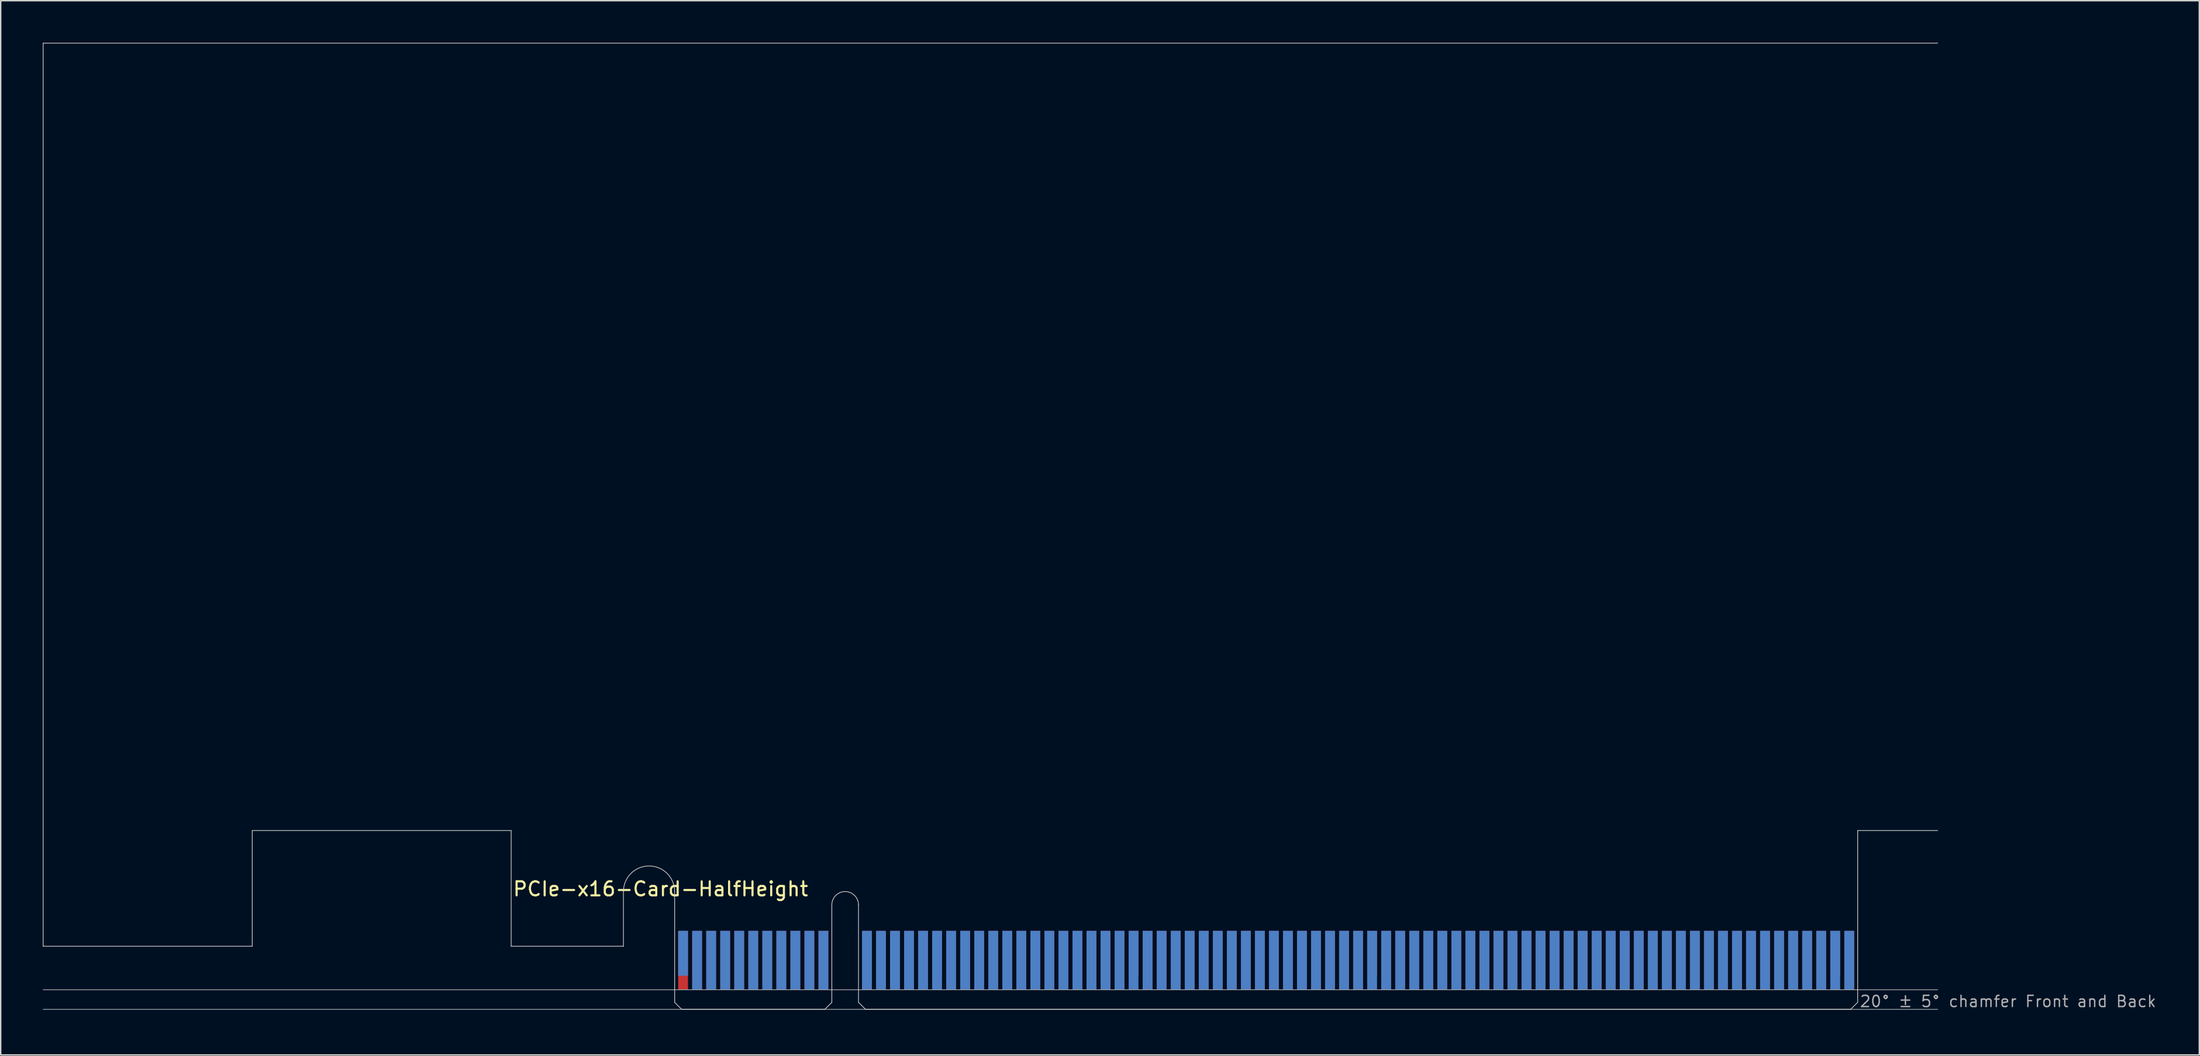
<source format=kicad_pcb>
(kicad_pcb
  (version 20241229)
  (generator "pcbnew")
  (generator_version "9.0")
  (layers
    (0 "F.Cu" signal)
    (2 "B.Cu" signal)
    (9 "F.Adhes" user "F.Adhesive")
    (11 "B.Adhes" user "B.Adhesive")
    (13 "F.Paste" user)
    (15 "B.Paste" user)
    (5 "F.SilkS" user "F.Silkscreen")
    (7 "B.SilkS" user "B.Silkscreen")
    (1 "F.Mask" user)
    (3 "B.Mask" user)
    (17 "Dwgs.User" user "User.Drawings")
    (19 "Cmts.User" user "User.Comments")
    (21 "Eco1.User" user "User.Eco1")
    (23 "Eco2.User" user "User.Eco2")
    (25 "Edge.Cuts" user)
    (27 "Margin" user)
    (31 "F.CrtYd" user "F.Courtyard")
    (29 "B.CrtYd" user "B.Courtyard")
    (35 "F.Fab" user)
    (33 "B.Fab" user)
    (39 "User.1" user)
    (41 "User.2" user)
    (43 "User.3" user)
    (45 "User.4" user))
  (footprint "PCIe-x16-Card-HalfHeight"
    (layer "F.Cu")
    (at 45.025 68.925)
    (property "Reference" "PCIe-x16-Card-HalfHeight" (at -11.6 -8 0) (layer "F.SilkS") (effects (font (size 1 1) (thickness 0.15)) (justify left bottom)))
    (attr exclude_from_pos_files exclude_from_bom)
    (fp_poly (pts (xy -3.65 -4.5) (xy -11.65 -4.5) (xy -11.65 -7.95) (xy -3.65 -7.95)) (stroke (width 0.1) (type solid)) (fill yes) (layer "F.Mask"))
    (fp_poly (pts (xy 11.2 -5.45) (xy 0 -5.45) (xy 0 0) (xy 11.2 0)) (stroke (width 0.1) (type solid)) (fill yes) (layer "F.Mask"))
    (fp_poly (pts (xy 84.3 -5.45) (xy 13.1 -5.45) (xy 13.1 0) (xy 84.3 0)) (stroke (width 0.1) (type solid)) (fill yes) (layer "F.Mask"))
    (fp_poly (pts (xy -3.65 -7.95) (xy -11.65 -7.95) (xy -11.65 -4.5) (xy -3.65 -4.5)) (stroke (width 0.1) (type solid)) (fill yes) (layer "B.Mask"))
    (fp_poly (pts (xy 11.2 0) (xy 0 0) (xy 0 -5.45) (xy 11.2 -5.45)) (stroke (width 0.1) (type solid)) (fill yes) (layer "B.Mask"))
    (fp_poly (pts (xy 84.3 -5.45) (xy 13.1 -5.45) (xy 13.1 0) (xy 84.3 0)) (stroke (width 0.1) (type solid)) (fill yes) (layer "B.Mask"))
    (fp_line (start -45 -68.9) (end 90 -68.9) (stroke (width 0.05) (type solid)) (layer "Edge.Cuts"))
    (fp_line (start -45 -4.5) (end -45 -68.9) (stroke (width 0.05) (type solid)) (layer "Edge.Cuts"))
    (fp_line (start -30.1 -12.75) (end -30.1 -4.5) (stroke (width 0.05) (type solid)) (layer "Edge.Cuts"))
    (fp_line (start -30.1 -4.5) (end -45 -4.5) (stroke (width 0.05) (type solid)) (layer "Edge.Cuts"))
    (fp_line (start -11.65 -12.75) (end -30.1 -12.75) (stroke (width 0.05) (type solid)) (layer "Edge.Cuts"))
    (fp_line (start -11.65 -4.5) (end -11.65 -12.75) (stroke (width 0.05) (type solid)) (layer "Edge.Cuts"))
    (fp_line (start -3.65 -4.5) (end -11.65 -4.5) (stroke (width 0.05) (type solid)) (layer "Edge.Cuts"))
    (fp_line (start -3.65 -4.5) (end -3.65 -8.4) (stroke (width 0.05) (type solid)) (layer "Edge.Cuts"))
    (fp_line (start 0 -0.5) (end 0 -8.4) (stroke (width 0.05) (type solid)) (layer "Edge.Cuts"))
    (fp_line (start 0.5 0) (end 0 -0.5) (stroke (width 0.05) (type solid)) (layer "Edge.Cuts"))
    (fp_line (start 0.5 0) (end 10.7 0) (stroke (width 0.05) (type solid)) (layer "Edge.Cuts"))
    (fp_line (start 10.7 0) (end 11.2 -0.5) (stroke (width 0.05) (type solid)) (layer "Edge.Cuts"))
    (fp_line (start 11.2 -0.5) (end 11.2 -7.45) (stroke (width 0.05) (type solid)) (layer "Edge.Cuts"))
    (fp_line (start 13.1 -0.5) (end 13.1 -7.45) (stroke (width 0.05) (type solid)) (layer "Edge.Cuts"))
    (fp_line (start 13.6 0) (end 13.1 -0.5) (stroke (width 0.05) (type solid)) (layer "Edge.Cuts"))
    (fp_line (start 83.8 0) (end 13.6 0) (stroke (width 0.05) (type solid)) (layer "Edge.Cuts"))
    (fp_line (start 83.8 0) (end 84.3 -0.5) (stroke (width 0.05) (type solid)) (layer "Edge.Cuts"))
    (fp_line (start 84.3 -12.75) (end 90 -12.75) (stroke (width 0.05) (type solid)) (layer "Edge.Cuts"))
    (fp_line (start 84.3 -0.5) (end 84.3 -12.75) (stroke (width 0.05) (type solid)) (layer "Edge.Cuts"))
    (fp_arc (start -3.65 -8.4) (mid -1.825 -10.225) (end 0 -8.4) (stroke (width 0.05) (type solid)) (layer "Edge.Cuts"))
    (fp_arc (start 11.2 -7.45) (mid 12.15 -8.4) (end 13.1 -7.45) (stroke (width 0.05) (type solid)) (layer "Edge.Cuts"))
    (fp_line (start -45 -1.4) (end 90 -1.4) (stroke (width 0.05) (type solid)) (layer "F.Fab"))
    (fp_line (start -45 0) (end 90 0) (stroke (width 0.05) (type solid)) (layer "F.Fab"))
    (fp_text user "20° ± 5° chamfer Front and Back" (at 84.4 -0.1 0) (layer "F.Fab") (effects (font (size 0.8 0.8) (thickness 0.1)) (justify left bottom)))
    (pad "A1" smd rect (at 0.6 -4) (size 0.7 3.2) (layers "B.Cu"))
    (pad "A2" smd rect (at 1.6 -3.5) (size 0.7 4.2) (layers "B.Cu"))
    (pad "A3" smd rect (at 2.6 -3.5) (size 0.7 4.2) (layers "B.Cu"))
    (pad "A4" smd rect (at 3.6 -3.5) (size 0.7 4.2) (layers "B.Cu"))
    (pad "A5" smd rect (at 4.6 -3.5) (size 0.7 4.2) (layers "B.Cu"))
    (pad "A6" smd rect (at 5.6 -3.5) (size 0.7 4.2) (layers "B.Cu"))
    (pad "A7" smd rect (at 6.6 -3.5) (size 0.7 4.2) (layers "B.Cu"))
    (pad "A8" smd rect (at 7.6 -3.5) (size 0.7 4.2) (layers "B.Cu"))
    (pad "A9" smd rect (at 8.6 -3.5) (size 0.7 4.2) (layers "B.Cu"))
    (pad "A10" smd rect (at 9.6 -3.5) (size 0.7 4.2) (layers "B.Cu"))
    (pad "A11" smd rect (at 10.6 -3.5) (size 0.7 4.2) (layers "B.Cu"))
    (pad "A12" smd rect (at 13.7 -3.5) (size 0.7 4.2) (layers "B.Cu"))
    (pad "A13" smd rect (at 14.7 -3.5) (size 0.7 4.2) (layers "B.Cu"))
    (pad "A14" smd rect (at 15.7 -3.5) (size 0.7 4.2) (layers "B.Cu"))
    (pad "A15" smd rect (at 16.7 -3.5) (size 0.7 4.2) (layers "B.Cu"))
    (pad "A16" smd rect (at 17.7 -3.5) (size 0.7 4.2) (layers "B.Cu"))
    (pad "A17" smd rect (at 18.7 -3.5) (size 0.7 4.2) (layers "B.Cu"))
    (pad "A18" smd rect (at 19.7 -3.5) (size 0.7 4.2) (layers "B.Cu"))
    (pad "A19" smd rect (at 20.7 -3.5) (size 0.7 4.2) (layers "B.Cu"))
    (pad "A20" smd rect (at 21.7 -3.5) (size 0.7 4.2) (layers "B.Cu"))
    (pad "A21" smd rect (at 22.7 -3.5) (size 0.7 4.2) (layers "B.Cu"))
    (pad "A22" smd rect (at 23.7 -3.5) (size 0.7 4.2) (layers "B.Cu"))
    (pad "A23" smd rect (at 24.7 -3.5) (size 0.7 4.2) (layers "B.Cu"))
    (pad "A24" smd rect (at 25.7 -3.5) (size 0.7 4.2) (layers "B.Cu"))
    (pad "A25" smd rect (at 26.7 -3.5) (size 0.7 4.2) (layers "B.Cu"))
    (pad "A26" smd rect (at 27.7 -3.5) (size 0.7 4.2) (layers "B.Cu"))
    (pad "A27" smd rect (at 28.7 -3.5) (size 0.7 4.2) (layers "B.Cu"))
    (pad "A28" smd rect (at 29.7 -3.5) (size 0.7 4.2) (layers "B.Cu"))
    (pad "A29" smd rect (at 30.7 -3.5) (size 0.7 4.2) (layers "B.Cu"))
    (pad "A30" smd rect (at 31.7 -3.5) (size 0.7 4.2) (layers "B.Cu"))
    (pad "A31" smd rect (at 32.7 -3.5) (size 0.7 4.2) (layers "B.Cu"))
    (pad "A32" smd rect (at 33.7 -3.5) (size 0.7 4.2) (layers "B.Cu"))
    (pad "A33" smd rect (at 34.7 -3.5) (size 0.7 4.2) (layers "B.Cu"))
    (pad "A34" smd rect (at 35.7 -3.5) (size 0.7 4.2) (layers "B.Cu"))
    (pad "A35" smd rect (at 36.7 -3.5) (size 0.7 4.2) (layers "B.Cu"))
    (pad "A36" smd rect (at 37.7 -3.5) (size 0.7 4.2) (layers "B.Cu"))
    (pad "A37" smd rect (at 38.7 -3.5) (size 0.7 4.2) (layers "B.Cu"))
    (pad "A38" smd rect (at 39.7 -3.5) (size 0.7 4.2) (layers "B.Cu"))
    (pad "A39" smd rect (at 40.7 -3.5) (size 0.7 4.2) (layers "B.Cu"))
    (pad "A40" smd rect (at 41.7 -3.5) (size 0.7 4.2) (layers "B.Cu"))
    (pad "A41" smd rect (at 42.7 -3.5) (size 0.7 4.2) (layers "B.Cu"))
    (pad "A42" smd rect (at 43.7 -3.5) (size 0.7 4.2) (layers "B.Cu"))
    (pad "A43" smd rect (at 44.7 -3.5) (size 0.7 4.2) (layers "B.Cu"))
    (pad "A44" smd rect (at 45.7 -3.5) (size 0.7 4.2) (layers "B.Cu"))
    (pad "A45" smd rect (at 46.7 -3.5) (size 0.7 4.2) (layers "B.Cu"))
    (pad "A46" smd rect (at 47.7 -3.5) (size 0.7 4.2) (layers "B.Cu"))
    (pad "A47" smd rect (at 48.7 -3.5) (size 0.7 4.2) (layers "B.Cu"))
    (pad "A48" smd rect (at 49.7 -3.5) (size 0.7 4.2) (layers "B.Cu"))
    (pad "A49" smd rect (at 50.7 -3.5) (size 0.7 4.2) (layers "B.Cu"))
    (pad "A50" smd rect (at 51.7 -3.5) (size 0.7 4.2) (layers "B.Cu"))
    (pad "A51" smd rect (at 52.7 -3.5) (size 0.7 4.2) (layers "B.Cu"))
    (pad "A52" smd rect (at 53.7 -3.5) (size 0.7 4.2) (layers "B.Cu"))
    (pad "A53" smd rect (at 54.7 -3.5) (size 0.7 4.2) (layers "B.Cu"))
    (pad "A54" smd rect (at 55.7 -3.5) (size 0.7 4.2) (layers "B.Cu"))
    (pad "A55" smd rect (at 56.7 -3.5) (size 0.7 4.2) (layers "B.Cu"))
    (pad "A56" smd rect (at 57.7 -3.5) (size 0.7 4.2) (layers "B.Cu"))
    (pad "A57" smd rect (at 58.7 -3.5) (size 0.7 4.2) (layers "B.Cu"))
    (pad "A58" smd rect (at 59.7 -3.5) (size 0.7 4.2) (layers "B.Cu"))
    (pad "A59" smd rect (at 60.7 -3.5) (size 0.7 4.2) (layers "B.Cu"))
    (pad "A60" smd rect (at 61.7 -3.5) (size 0.7 4.2) (layers "B.Cu"))
    (pad "A61" smd rect (at 62.7 -3.5) (size 0.7 4.2) (layers "B.Cu"))
    (pad "A62" smd rect (at 63.7 -3.5) (size 0.7 4.2) (layers "B.Cu"))
    (pad "A63" smd rect (at 64.7 -3.5) (size 0.7 4.2) (layers "B.Cu"))
    (pad "A64" smd rect (at 65.7 -3.5) (size 0.7 4.2) (layers "B.Cu"))
    (pad "A65" smd rect (at 66.7 -3.5) (size 0.7 4.2) (layers "B.Cu"))
    (pad "A66" smd rect (at 67.7 -3.5) (size 0.7 4.2) (layers "B.Cu"))
    (pad "A67" smd rect (at 68.7 -3.5) (size 0.7 4.2) (layers "B.Cu"))
    (pad "A68" smd rect (at 69.7 -3.5) (size 0.7 4.2) (layers "B.Cu"))
    (pad "A69" smd rect (at 70.7 -3.5) (size 0.7 4.2) (layers "B.Cu"))
    (pad "A70" smd rect (at 71.7 -3.5) (size 0.7 4.2) (layers "B.Cu"))
    (pad "A71" smd rect (at 72.7 -3.5) (size 0.7 4.2) (layers "B.Cu"))
    (pad "A72" smd rect (at 73.7 -3.5) (size 0.7 4.2) (layers "B.Cu"))
    (pad "A73" smd rect (at 74.7 -3.5) (size 0.7 4.2) (layers "B.Cu"))
    (pad "A74" smd rect (at 75.7 -3.5) (size 0.7 4.2) (layers "B.Cu"))
    (pad "A75" smd rect (at 76.7 -3.5) (size 0.7 4.2) (layers "B.Cu"))
    (pad "A76" smd rect (at 77.7 -3.5) (size 0.7 4.2) (layers "B.Cu"))
    (pad "A77" smd rect (at 78.7 -3.5) (size 0.7 4.2) (layers "B.Cu"))
    (pad "A78" smd rect (at 79.7 -3.5) (size 0.7 4.2) (layers "B.Cu"))
    (pad "A79" smd rect (at 80.7 -3.5) (size 0.7 4.2) (layers "B.Cu"))
    (pad "A80" smd rect (at 81.7 -3.5) (size 0.7 4.2) (layers "B.Cu"))
    (pad "A81" smd rect (at 82.7 -3.5) (size 0.7 4.2) (layers "B.Cu"))
    (pad "A82" smd rect (at 83.7 -3.5) (size 0.7 4.2) (layers "B.Cu"))
    (pad "B1" smd rect (at 0.6 -3.5) (size 0.7 4.2) (layers "F.Cu"))
    (pad "B2" smd rect (at 1.6 -3.5) (size 0.7 4.2) (layers "F.Cu"))
    (pad "B3" smd rect (at 2.6 -3.5) (size 0.7 4.2) (layers "F.Cu"))
    (pad "B4" smd rect (at 3.6 -3.5) (size 0.7 4.2) (layers "F.Cu"))
    (pad "B5" smd rect (at 4.6 -3.5) (size 0.7 4.2) (layers "F.Cu"))
    (pad "B6" smd rect (at 5.6 -3.5) (size 0.7 4.2) (layers "F.Cu"))
    (pad "B7" smd rect (at 6.6 -3.5) (size 0.7 4.2) (layers "F.Cu"))
    (pad "B8" smd rect (at 7.6 -3.5) (size 0.7 4.2) (layers "F.Cu"))
    (pad "B9" smd rect (at 8.6 -3.5) (size 0.7 4.2) (layers "F.Cu"))
    (pad "B10" smd rect (at 9.6 -3.5) (size 0.7 4.2) (layers "F.Cu"))
    (pad "B11" smd rect (at 10.6 -3.5) (size 0.7 4.2) (layers "F.Cu"))
    (pad "B12" smd rect (at 13.7 -3.5) (size 0.7 4.2) (layers "F.Cu"))
    (pad "B13" smd rect (at 14.7 -3.5) (size 0.7 4.2) (layers "F.Cu"))
    (pad "B14" smd rect (at 15.7 -3.5) (size 0.7 4.2) (layers "F.Cu"))
    (pad "B15" smd rect (at 16.7 -3.5) (size 0.7 4.2) (layers "F.Cu"))
    (pad "B16" smd rect (at 17.7 -3.5) (size 0.7 4.2) (layers "F.Cu"))
    (pad "B17" smd rect (at 18.7 -4) (size 0.7 3.2) (layers "F.Cu"))
    (pad "B18" smd rect (at 19.7 -3.5) (size 0.7 4.2) (layers "F.Cu"))
    (pad "B19" smd rect (at 20.7 -3.5) (size 0.7 4.2) (layers "F.Cu"))
    (pad "B20" smd rect (at 21.7 -3.5) (size 0.7 4.2) (layers "F.Cu"))
    (pad "B21" smd rect (at 22.7 -3.5) (size 0.7 4.2) (layers "F.Cu"))
    (pad "B22" smd rect (at 23.7 -3.5) (size 0.7 4.2) (layers "F.Cu"))
    (pad "B23" smd rect (at 24.7 -3.5) (size 0.7 4.2) (layers "F.Cu"))
    (pad "B24" smd rect (at 25.7 -3.5) (size 0.7 4.2) (layers "F.Cu"))
    (pad "B25" smd rect (at 26.7 -3.5) (size 0.7 4.2) (layers "F.Cu"))
    (pad "B26" smd rect (at 27.7 -3.5) (size 0.7 4.2) (layers "F.Cu"))
    (pad "B27" smd rect (at 28.7 -3.5) (size 0.7 4.2) (layers "F.Cu"))
    (pad "B28" smd rect (at 29.7 -3.5) (size 0.7 4.2) (layers "F.Cu"))
    (pad "B29" smd rect (at 30.7 -3.5) (size 0.7 4.2) (layers "F.Cu"))
    (pad "B30" smd rect (at 31.7 -3.5) (size 0.7 4.2) (layers "F.Cu"))
    (pad "B31" smd rect (at 32.7 -4) (size 0.7 3.2) (layers "F.Cu"))
    (pad "B32" smd rect (at 33.7 -3.5) (size 0.7 4.2) (layers "F.Cu"))
    (pad "B33" smd rect (at 34.7 -3.5) (size 0.7 4.2) (layers "F.Cu"))
    (pad "B34" smd rect (at 35.7 -3.5) (size 0.7 4.2) (layers "F.Cu"))
    (pad "B35" smd rect (at 36.7 -3.5) (size 0.7 4.2) (layers "F.Cu"))
    (pad "B36" smd rect (at 37.7 -3.5) (size 0.7 4.2) (layers "F.Cu"))
    (pad "B37" smd rect (at 38.7 -3.5) (size 0.7 4.2) (layers "F.Cu"))
    (pad "B38" smd rect (at 39.7 -3.5) (size 0.7 4.2) (layers "F.Cu"))
    (pad "B39" smd rect (at 40.7 -3.5) (size 0.7 4.2) (layers "F.Cu"))
    (pad "B40" smd rect (at 41.7 -3.5) (size 0.7 4.2) (layers "F.Cu"))
    (pad "B41" smd rect (at 42.7 -3.5) (size 0.7 4.2) (layers "F.Cu"))
    (pad "B42" smd rect (at 43.7 -3.5) (size 0.7 4.2) (layers "F.Cu"))
    (pad "B43" smd rect (at 44.7 -3.5) (size 0.7 4.2) (layers "F.Cu"))
    (pad "B44" smd rect (at 45.7 -3.5) (size 0.7 4.2) (layers "F.Cu"))
    (pad "B45" smd rect (at 46.7 -3.5) (size 0.7 4.2) (layers "F.Cu"))
    (pad "B46" smd rect (at 47.7 -3.5) (size 0.7 4.2) (layers "F.Cu"))
    (pad "B47" smd rect (at 48.7 -3.5) (size 0.7 4.2) (layers "F.Cu"))
    (pad "B48" smd rect (at 49.7 -4) (size 0.7 3.2) (layers "F.Cu"))
    (pad "B49" smd rect (at 50.7 -3.5) (size 0.7 4.2) (layers "F.Cu"))
    (pad "B50" smd rect (at 51.7 -3.5) (size 0.7 4.2) (layers "F.Cu"))
    (pad "B51" smd rect (at 52.7 -3.5) (size 0.7 4.2) (layers "F.Cu"))
    (pad "B52" smd rect (at 53.7 -3.5) (size 0.7 4.2) (layers "F.Cu"))
    (pad "B53" smd rect (at 54.7 -3.5) (size 0.7 4.2) (layers "F.Cu"))
    (pad "B54" smd rect (at 55.7 -3.5) (size 0.7 4.2) (layers "F.Cu"))
    (pad "B55" smd rect (at 56.7 -3.5) (size 0.7 4.2) (layers "F.Cu"))
    (pad "B56" smd rect (at 57.7 -3.5) (size 0.7 4.2) (layers "F.Cu"))
    (pad "B57" smd rect (at 58.7 -3.5) (size 0.7 4.2) (layers "F.Cu"))
    (pad "B58" smd rect (at 59.7 -3.5) (size 0.7 4.2) (layers "F.Cu"))
    (pad "B59" smd rect (at 60.7 -3.5) (size 0.7 4.2) (layers "F.Cu"))
    (pad "B60" smd rect (at 61.7 -3.5) (size 0.7 4.2) (layers "F.Cu"))
    (pad "B61" smd rect (at 62.7 -3.5) (size 0.7 4.2) (layers "F.Cu"))
    (pad "B62" smd rect (at 63.7 -3.5) (size 0.7 4.2) (layers "F.Cu"))
    (pad "B63" smd rect (at 64.7 -3.5) (size 0.7 4.2) (layers "F.Cu"))
    (pad "B64" smd rect (at 65.7 -3.5) (size 0.7 4.2) (layers "F.Cu"))
    (pad "B65" smd rect (at 66.7 -3.5) (size 0.7 4.2) (layers "F.Cu"))
    (pad "B66" smd rect (at 67.7 -3.5) (size 0.7 4.2) (layers "F.Cu"))
    (pad "B67" smd rect (at 68.7 -3.5) (size 0.7 4.2) (layers "F.Cu"))
    (pad "B68" smd rect (at 69.7 -3.5) (size 0.7 4.2) (layers "F.Cu"))
    (pad "B69" smd rect (at 70.7 -3.5) (size 0.7 4.2) (layers "F.Cu"))
    (pad "B70" smd rect (at 71.7 -3.5) (size 0.7 4.2) (layers "F.Cu"))
    (pad "B71" smd rect (at 72.7 -3.5) (size 0.7 4.2) (layers "F.Cu"))
    (pad "B72" smd rect (at 73.7 -3.5) (size 0.7 4.2) (layers "F.Cu"))
    (pad "B73" smd rect (at 74.7 -3.5) (size 0.7 4.2) (layers "F.Cu"))
    (pad "B74" smd rect (at 75.7 -3.5) (size 0.7 4.2) (layers "F.Cu"))
    (pad "B75" smd rect (at 76.7 -3.5) (size 0.7 4.2) (layers "F.Cu"))
    (pad "B76" smd rect (at 77.7 -3.5) (size 0.7 4.2) (layers "F.Cu"))
    (pad "B77" smd rect (at 78.7 -3.5) (size 0.7 4.2) (layers "F.Cu"))
    (pad "B78" smd rect (at 79.7 -3.5) (size 0.7 4.2) (layers "F.Cu"))
    (pad "B79" smd rect (at 80.7 -3.5) (size 0.7 4.2) (layers "F.Cu"))
    (pad "B80" smd rect (at 81.7 -3.5) (size 0.7 4.2) (layers "F.Cu"))
    (pad "B81" smd rect (at 82.7 -4) (size 0.7 3.2) (layers "F.Cu"))
    (pad "B82" smd rect (at 83.7 -3.5) (size 0.7 4.2) (layers "F.Cu")))
  (gr_rect
    (start -3 -3)
    (end 153.67 72.175)
    (stroke (width 0.1) (type default))
    (fill no)
    (layer "Edge.Cuts")))
</source>
